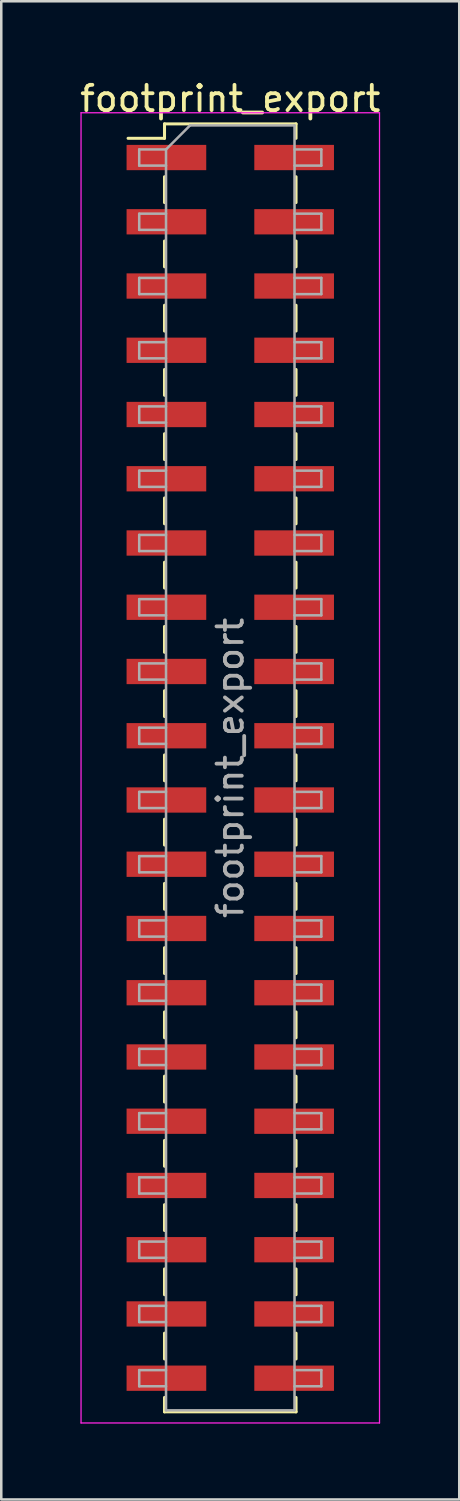
<source format=kicad_pcb>
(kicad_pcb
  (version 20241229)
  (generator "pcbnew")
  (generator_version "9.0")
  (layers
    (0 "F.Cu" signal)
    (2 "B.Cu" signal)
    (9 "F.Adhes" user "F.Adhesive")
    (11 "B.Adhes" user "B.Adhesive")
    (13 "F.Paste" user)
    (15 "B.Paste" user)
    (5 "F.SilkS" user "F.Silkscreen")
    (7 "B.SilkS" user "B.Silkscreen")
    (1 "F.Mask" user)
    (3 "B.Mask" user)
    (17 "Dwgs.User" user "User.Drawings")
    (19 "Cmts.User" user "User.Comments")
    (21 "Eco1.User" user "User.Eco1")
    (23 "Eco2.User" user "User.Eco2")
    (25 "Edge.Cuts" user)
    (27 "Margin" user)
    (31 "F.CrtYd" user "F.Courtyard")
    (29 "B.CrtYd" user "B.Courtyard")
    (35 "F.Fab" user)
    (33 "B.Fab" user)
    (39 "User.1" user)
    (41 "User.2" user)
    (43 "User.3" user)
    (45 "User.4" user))
  (footprint "footprint_export"
    (layer "F.Cu")
    (at 6.054 27.308)
    (property "Reference" "footprint_export" (at 0 -26.46 0) (layer "F.SilkS") (effects (font (size 1 1) (thickness 0.15))))
    (attr smd)
    (fp_line (start -4.04 -24.89) (end -2.6 -24.89) (stroke (width 0.12) (type solid)) (layer "F.SilkS"))
    (fp_line (start -2.6 -25.46) (end -2.6 -24.89) (stroke (width 0.12) (type solid)) (layer "F.SilkS"))
    (fp_line (start -2.6 -25.46) (end 2.6 -25.46) (stroke (width 0.12) (type solid)) (layer "F.SilkS"))
    (fp_line (start -2.6 -23.37) (end -2.6 -22.35) (stroke (width 0.12) (type solid)) (layer "F.SilkS"))
    (fp_line (start -2.6 -20.83) (end -2.6 -19.81) (stroke (width 0.12) (type solid)) (layer "F.SilkS"))
    (fp_line (start -2.6 -18.29) (end -2.6 -17.27) (stroke (width 0.12) (type solid)) (layer "F.SilkS"))
    (fp_line (start -2.6 -15.75) (end -2.6 -14.73) (stroke (width 0.12) (type solid)) (layer "F.SilkS"))
    (fp_line (start -2.6 -13.21) (end -2.6 -12.19) (stroke (width 0.12) (type solid)) (layer "F.SilkS"))
    (fp_line (start -2.6 -10.67) (end -2.6 -9.65) (stroke (width 0.12) (type solid)) (layer "F.SilkS"))
    (fp_line (start -2.6 -8.13) (end -2.6 -7.11) (stroke (width 0.12) (type solid)) (layer "F.SilkS"))
    (fp_line (start -2.6 -5.59) (end -2.6 -4.57) (stroke (width 0.12) (type solid)) (layer "F.SilkS"))
    (fp_line (start -2.6 -3.05) (end -2.6 -2.03) (stroke (width 0.12) (type solid)) (layer "F.SilkS"))
    (fp_line (start -2.6 -0.51) (end -2.6 0.51) (stroke (width 0.12) (type solid)) (layer "F.SilkS"))
    (fp_line (start -2.6 2.03) (end -2.6 3.05) (stroke (width 0.12) (type solid)) (layer "F.SilkS"))
    (fp_line (start -2.6 4.57) (end -2.6 5.59) (stroke (width 0.12) (type solid)) (layer "F.SilkS"))
    (fp_line (start -2.6 7.11) (end -2.6 8.13) (stroke (width 0.12) (type solid)) (layer "F.SilkS"))
    (fp_line (start -2.6 9.65) (end -2.6 10.67) (stroke (width 0.12) (type solid)) (layer "F.SilkS"))
    (fp_line (start -2.6 12.19) (end -2.6 13.21) (stroke (width 0.12) (type solid)) (layer "F.SilkS"))
    (fp_line (start -2.6 14.73) (end -2.6 15.75) (stroke (width 0.12) (type solid)) (layer "F.SilkS"))
    (fp_line (start -2.6 17.27) (end -2.6 18.29) (stroke (width 0.12) (type solid)) (layer "F.SilkS"))
    (fp_line (start -2.6 19.81) (end -2.6 20.83) (stroke (width 0.12) (type solid)) (layer "F.SilkS"))
    (fp_line (start -2.6 22.35) (end -2.6 23.37) (stroke (width 0.12) (type solid)) (layer "F.SilkS"))
    (fp_line (start -2.6 24.89) (end -2.6 25.46) (stroke (width 0.12) (type solid)) (layer "F.SilkS"))
    (fp_line (start -2.6 25.46) (end 2.6 25.46) (stroke (width 0.12) (type solid)) (layer "F.SilkS"))
    (fp_line (start 2.6 -25.46) (end 2.6 -24.89) (stroke (width 0.12) (type solid)) (layer "F.SilkS"))
    (fp_line (start 2.6 -23.37) (end 2.6 -22.35) (stroke (width 0.12) (type solid)) (layer "F.SilkS"))
    (fp_line (start 2.6 -20.83) (end 2.6 -19.81) (stroke (width 0.12) (type solid)) (layer "F.SilkS"))
    (fp_line (start 2.6 -18.29) (end 2.6 -17.27) (stroke (width 0.12) (type solid)) (layer "F.SilkS"))
    (fp_line (start 2.6 -15.75) (end 2.6 -14.73) (stroke (width 0.12) (type solid)) (layer "F.SilkS"))
    (fp_line (start 2.6 -13.21) (end 2.6 -12.19) (stroke (width 0.12) (type solid)) (layer "F.SilkS"))
    (fp_line (start 2.6 -10.67) (end 2.6 -9.65) (stroke (width 0.12) (type solid)) (layer "F.SilkS"))
    (fp_line (start 2.6 -8.13) (end 2.6 -7.11) (stroke (width 0.12) (type solid)) (layer "F.SilkS"))
    (fp_line (start 2.6 -5.59) (end 2.6 -4.57) (stroke (width 0.12) (type solid)) (layer "F.SilkS"))
    (fp_line (start 2.6 -3.05) (end 2.6 -2.03) (stroke (width 0.12) (type solid)) (layer "F.SilkS"))
    (fp_line (start 2.6 -0.51) (end 2.6 0.51) (stroke (width 0.12) (type solid)) (layer "F.SilkS"))
    (fp_line (start 2.6 2.03) (end 2.6 3.05) (stroke (width 0.12) (type solid)) (layer "F.SilkS"))
    (fp_line (start 2.6 4.57) (end 2.6 5.59) (stroke (width 0.12) (type solid)) (layer "F.SilkS"))
    (fp_line (start 2.6 7.11) (end 2.6 8.13) (stroke (width 0.12) (type solid)) (layer "F.SilkS"))
    (fp_line (start 2.6 9.65) (end 2.6 10.67) (stroke (width 0.12) (type solid)) (layer "F.SilkS"))
    (fp_line (start 2.6 12.19) (end 2.6 13.21) (stroke (width 0.12) (type solid)) (layer "F.SilkS"))
    (fp_line (start 2.6 14.73) (end 2.6 15.75) (stroke (width 0.12) (type solid)) (layer "F.SilkS"))
    (fp_line (start 2.6 17.27) (end 2.6 18.29) (stroke (width 0.12) (type solid)) (layer "F.SilkS"))
    (fp_line (start 2.6 19.81) (end 2.6 20.83) (stroke (width 0.12) (type solid)) (layer "F.SilkS"))
    (fp_line (start 2.6 22.35) (end 2.6 23.37) (stroke (width 0.12) (type solid)) (layer "F.SilkS"))
    (fp_line (start 2.6 24.89) (end 2.6 25.46) (stroke (width 0.12) (type solid)) (layer "F.SilkS"))
    (fp_line (start -5.9 -25.9) (end -5.9 25.9) (stroke (width 0.05) (type solid)) (layer "F.CrtYd"))
    (fp_line (start -5.9 25.9) (end 5.9 25.9) (stroke (width 0.05) (type solid)) (layer "F.CrtYd"))
    (fp_line (start 5.9 -25.9) (end -5.9 -25.9) (stroke (width 0.05) (type solid)) (layer "F.CrtYd"))
    (fp_line (start 5.9 25.9) (end 5.9 -25.9) (stroke (width 0.05) (type solid)) (layer "F.CrtYd"))
    (fp_line (start -3.6 -24.45) (end -3.6 -23.81) (stroke (width 0.1) (type solid)) (layer "F.Fab"))
    (fp_line (start -3.6 -23.81) (end -2.54 -23.81) (stroke (width 0.1) (type solid)) (layer "F.Fab"))
    (fp_line (start -3.6 -21.91) (end -3.6 -21.27) (stroke (width 0.1) (type solid)) (layer "F.Fab"))
    (fp_line (start -3.6 -21.27) (end -2.54 -21.27) (stroke (width 0.1) (type solid)) (layer "F.Fab"))
    (fp_line (start -3.6 -19.37) (end -3.6 -18.73) (stroke (width 0.1) (type solid)) (layer "F.Fab"))
    (fp_line (start -3.6 -18.73) (end -2.54 -18.73) (stroke (width 0.1) (type solid)) (layer "F.Fab"))
    (fp_line (start -3.6 -16.83) (end -3.6 -16.19) (stroke (width 0.1) (type solid)) (layer "F.Fab"))
    (fp_line (start -3.6 -16.19) (end -2.54 -16.19) (stroke (width 0.1) (type solid)) (layer "F.Fab"))
    (fp_line (start -3.6 -14.29) (end -3.6 -13.65) (stroke (width 0.1) (type solid)) (layer "F.Fab"))
    (fp_line (start -3.6 -13.65) (end -2.54 -13.65) (stroke (width 0.1) (type solid)) (layer "F.Fab"))
    (fp_line (start -3.6 -11.75) (end -3.6 -11.11) (stroke (width 0.1) (type solid)) (layer "F.Fab"))
    (fp_line (start -3.6 -11.11) (end -2.54 -11.11) (stroke (width 0.1) (type solid)) (layer "F.Fab"))
    (fp_line (start -3.6 -9.21) (end -3.6 -8.57) (stroke (width 0.1) (type solid)) (layer "F.Fab"))
    (fp_line (start -3.6 -8.57) (end -2.54 -8.57) (stroke (width 0.1) (type solid)) (layer "F.Fab"))
    (fp_line (start -3.6 -6.67) (end -3.6 -6.03) (stroke (width 0.1) (type solid)) (layer "F.Fab"))
    (fp_line (start -3.6 -6.03) (end -2.54 -6.03) (stroke (width 0.1) (type solid)) (layer "F.Fab"))
    (fp_line (start -3.6 -4.13) (end -3.6 -3.49) (stroke (width 0.1) (type solid)) (layer "F.Fab"))
    (fp_line (start -3.6 -3.49) (end -2.54 -3.49) (stroke (width 0.1) (type solid)) (layer "F.Fab"))
    (fp_line (start -3.6 -1.59) (end -3.6 -0.95) (stroke (width 0.1) (type solid)) (layer "F.Fab"))
    (fp_line (start -3.6 -0.95) (end -2.54 -0.95) (stroke (width 0.1) (type solid)) (layer "F.Fab"))
    (fp_line (start -3.6 0.95) (end -3.6 1.59) (stroke (width 0.1) (type solid)) (layer "F.Fab"))
    (fp_line (start -3.6 1.59) (end -2.54 1.59) (stroke (width 0.1) (type solid)) (layer "F.Fab"))
    (fp_line (start -3.6 3.49) (end -3.6 4.13) (stroke (width 0.1) (type solid)) (layer "F.Fab"))
    (fp_line (start -3.6 4.13) (end -2.54 4.13) (stroke (width 0.1) (type solid)) (layer "F.Fab"))
    (fp_line (start -3.6 6.03) (end -3.6 6.67) (stroke (width 0.1) (type solid)) (layer "F.Fab"))
    (fp_line (start -3.6 6.67) (end -2.54 6.67) (stroke (width 0.1) (type solid)) (layer "F.Fab"))
    (fp_line (start -3.6 8.57) (end -3.6 9.21) (stroke (width 0.1) (type solid)) (layer "F.Fab"))
    (fp_line (start -3.6 9.21) (end -2.54 9.21) (stroke (width 0.1) (type solid)) (layer "F.Fab"))
    (fp_line (start -3.6 11.11) (end -3.6 11.75) (stroke (width 0.1) (type solid)) (layer "F.Fab"))
    (fp_line (start -3.6 11.75) (end -2.54 11.75) (stroke (width 0.1) (type solid)) (layer "F.Fab"))
    (fp_line (start -3.6 13.65) (end -3.6 14.29) (stroke (width 0.1) (type solid)) (layer "F.Fab"))
    (fp_line (start -3.6 14.29) (end -2.54 14.29) (stroke (width 0.1) (type solid)) (layer "F.Fab"))
    (fp_line (start -3.6 16.19) (end -3.6 16.83) (stroke (width 0.1) (type solid)) (layer "F.Fab"))
    (fp_line (start -3.6 16.83) (end -2.54 16.83) (stroke (width 0.1) (type solid)) (layer "F.Fab"))
    (fp_line (start -3.6 18.73) (end -3.6 19.37) (stroke (width 0.1) (type solid)) (layer "F.Fab"))
    (fp_line (start -3.6 19.37) (end -2.54 19.37) (stroke (width 0.1) (type solid)) (layer "F.Fab"))
    (fp_line (start -3.6 21.27) (end -3.6 21.91) (stroke (width 0.1) (type solid)) (layer "F.Fab"))
    (fp_line (start -3.6 21.91) (end -2.54 21.91) (stroke (width 0.1) (type solid)) (layer "F.Fab"))
    (fp_line (start -3.6 23.81) (end -3.6 24.45) (stroke (width 0.1) (type solid)) (layer "F.Fab"))
    (fp_line (start -3.6 24.45) (end -2.54 24.45) (stroke (width 0.1) (type solid)) (layer "F.Fab"))
    (fp_line (start -2.54 -24.45) (end -3.6 -24.45) (stroke (width 0.1) (type solid)) (layer "F.Fab"))
    (fp_line (start -2.54 -24.45) (end -1.59 -25.4) (stroke (width 0.1) (type solid)) (layer "F.Fab"))
    (fp_line (start -2.54 -21.91) (end -3.6 -21.91) (stroke (width 0.1) (type solid)) (layer "F.Fab"))
    (fp_line (start -2.54 -19.37) (end -3.6 -19.37) (stroke (width 0.1) (type solid)) (layer "F.Fab"))
    (fp_line (start -2.54 -16.83) (end -3.6 -16.83) (stroke (width 0.1) (type solid)) (layer "F.Fab"))
    (fp_line (start -2.54 -14.29) (end -3.6 -14.29) (stroke (width 0.1) (type solid)) (layer "F.Fab"))
    (fp_line (start -2.54 -11.75) (end -3.6 -11.75) (stroke (width 0.1) (type solid)) (layer "F.Fab"))
    (fp_line (start -2.54 -9.21) (end -3.6 -9.21) (stroke (width 0.1) (type solid)) (layer "F.Fab"))
    (fp_line (start -2.54 -6.67) (end -3.6 -6.67) (stroke (width 0.1) (type solid)) (layer "F.Fab"))
    (fp_line (start -2.54 -4.13) (end -3.6 -4.13) (stroke (width 0.1) (type solid)) (layer "F.Fab"))
    (fp_line (start -2.54 -1.59) (end -3.6 -1.59) (stroke (width 0.1) (type solid)) (layer "F.Fab"))
    (fp_line (start -2.54 0.95) (end -3.6 0.95) (stroke (width 0.1) (type solid)) (layer "F.Fab"))
    (fp_line (start -2.54 3.49) (end -3.6 3.49) (stroke (width 0.1) (type solid)) (layer "F.Fab"))
    (fp_line (start -2.54 6.03) (end -3.6 6.03) (stroke (width 0.1) (type solid)) (layer "F.Fab"))
    (fp_line (start -2.54 8.57) (end -3.6 8.57) (stroke (width 0.1) (type solid)) (layer "F.Fab"))
    (fp_line (start -2.54 11.11) (end -3.6 11.11) (stroke (width 0.1) (type solid)) (layer "F.Fab"))
    (fp_line (start -2.54 13.65) (end -3.6 13.65) (stroke (width 0.1) (type solid)) (layer "F.Fab"))
    (fp_line (start -2.54 16.19) (end -3.6 16.19) (stroke (width 0.1) (type solid)) (layer "F.Fab"))
    (fp_line (start -2.54 18.73) (end -3.6 18.73) (stroke (width 0.1) (type solid)) (layer "F.Fab"))
    (fp_line (start -2.54 21.27) (end -3.6 21.27) (stroke (width 0.1) (type solid)) (layer "F.Fab"))
    (fp_line (start -2.54 23.81) (end -3.6 23.81) (stroke (width 0.1) (type solid)) (layer "F.Fab"))
    (fp_line (start -2.54 25.4) (end -2.54 -24.45) (stroke (width 0.1) (type solid)) (layer "F.Fab"))
    (fp_line (start -1.59 -25.4) (end 2.54 -25.4) (stroke (width 0.1) (type solid)) (layer "F.Fab"))
    (fp_line (start 2.54 -25.4) (end 2.54 25.4) (stroke (width 0.1) (type solid)) (layer "F.Fab"))
    (fp_line (start 2.54 -24.45) (end 3.6 -24.45) (stroke (width 0.1) (type solid)) (layer "F.Fab"))
    (fp_line (start 2.54 -21.91) (end 3.6 -21.91) (stroke (width 0.1) (type solid)) (layer "F.Fab"))
    (fp_line (start 2.54 -19.37) (end 3.6 -19.37) (stroke (width 0.1) (type solid)) (layer "F.Fab"))
    (fp_line (start 2.54 -16.83) (end 3.6 -16.83) (stroke (width 0.1) (type solid)) (layer "F.Fab"))
    (fp_line (start 2.54 -14.29) (end 3.6 -14.29) (stroke (width 0.1) (type solid)) (layer "F.Fab"))
    (fp_line (start 2.54 -11.75) (end 3.6 -11.75) (stroke (width 0.1) (type solid)) (layer "F.Fab"))
    (fp_line (start 2.54 -9.21) (end 3.6 -9.21) (stroke (width 0.1) (type solid)) (layer "F.Fab"))
    (fp_line (start 2.54 -6.67) (end 3.6 -6.67) (stroke (width 0.1) (type solid)) (layer "F.Fab"))
    (fp_line (start 2.54 -4.13) (end 3.6 -4.13) (stroke (width 0.1) (type solid)) (layer "F.Fab"))
    (fp_line (start 2.54 -1.59) (end 3.6 -1.59) (stroke (width 0.1) (type solid)) (layer "F.Fab"))
    (fp_line (start 2.54 0.95) (end 3.6 0.95) (stroke (width 0.1) (type solid)) (layer "F.Fab"))
    (fp_line (start 2.54 3.49) (end 3.6 3.49) (stroke (width 0.1) (type solid)) (layer "F.Fab"))
    (fp_line (start 2.54 6.03) (end 3.6 6.03) (stroke (width 0.1) (type solid)) (layer "F.Fab"))
    (fp_line (start 2.54 8.57) (end 3.6 8.57) (stroke (width 0.1) (type solid)) (layer "F.Fab"))
    (fp_line (start 2.54 11.11) (end 3.6 11.11) (stroke (width 0.1) (type solid)) (layer "F.Fab"))
    (fp_line (start 2.54 13.65) (end 3.6 13.65) (stroke (width 0.1) (type solid)) (layer "F.Fab"))
    (fp_line (start 2.54 16.19) (end 3.6 16.19) (stroke (width 0.1) (type solid)) (layer "F.Fab"))
    (fp_line (start 2.54 18.73) (end 3.6 18.73) (stroke (width 0.1) (type solid)) (layer "F.Fab"))
    (fp_line (start 2.54 21.27) (end 3.6 21.27) (stroke (width 0.1) (type solid)) (layer "F.Fab"))
    (fp_line (start 2.54 23.81) (end 3.6 23.81) (stroke (width 0.1) (type solid)) (layer "F.Fab"))
    (fp_line (start 2.54 25.4) (end -2.54 25.4) (stroke (width 0.1) (type solid)) (layer "F.Fab"))
    (fp_line (start 3.6 -24.45) (end 3.6 -23.81) (stroke (width 0.1) (type solid)) (layer "F.Fab"))
    (fp_line (start 3.6 -23.81) (end 2.54 -23.81) (stroke (width 0.1) (type solid)) (layer "F.Fab"))
    (fp_line (start 3.6 -21.91) (end 3.6 -21.27) (stroke (width 0.1) (type solid)) (layer "F.Fab"))
    (fp_line (start 3.6 -21.27) (end 2.54 -21.27) (stroke (width 0.1) (type solid)) (layer "F.Fab"))
    (fp_line (start 3.6 -19.37) (end 3.6 -18.73) (stroke (width 0.1) (type solid)) (layer "F.Fab"))
    (fp_line (start 3.6 -18.73) (end 2.54 -18.73) (stroke (width 0.1) (type solid)) (layer "F.Fab"))
    (fp_line (start 3.6 -16.83) (end 3.6 -16.19) (stroke (width 0.1) (type solid)) (layer "F.Fab"))
    (fp_line (start 3.6 -16.19) (end 2.54 -16.19) (stroke (width 0.1) (type solid)) (layer "F.Fab"))
    (fp_line (start 3.6 -14.29) (end 3.6 -13.65) (stroke (width 0.1) (type solid)) (layer "F.Fab"))
    (fp_line (start 3.6 -13.65) (end 2.54 -13.65) (stroke (width 0.1) (type solid)) (layer "F.Fab"))
    (fp_line (start 3.6 -11.75) (end 3.6 -11.11) (stroke (width 0.1) (type solid)) (layer "F.Fab"))
    (fp_line (start 3.6 -11.11) (end 2.54 -11.11) (stroke (width 0.1) (type solid)) (layer "F.Fab"))
    (fp_line (start 3.6 -9.21) (end 3.6 -8.57) (stroke (width 0.1) (type solid)) (layer "F.Fab"))
    (fp_line (start 3.6 -8.57) (end 2.54 -8.57) (stroke (width 0.1) (type solid)) (layer "F.Fab"))
    (fp_line (start 3.6 -6.67) (end 3.6 -6.03) (stroke (width 0.1) (type solid)) (layer "F.Fab"))
    (fp_line (start 3.6 -6.03) (end 2.54 -6.03) (stroke (width 0.1) (type solid)) (layer "F.Fab"))
    (fp_line (start 3.6 -4.13) (end 3.6 -3.49) (stroke (width 0.1) (type solid)) (layer "F.Fab"))
    (fp_line (start 3.6 -3.49) (end 2.54 -3.49) (stroke (width 0.1) (type solid)) (layer "F.Fab"))
    (fp_line (start 3.6 -1.59) (end 3.6 -0.95) (stroke (width 0.1) (type solid)) (layer "F.Fab"))
    (fp_line (start 3.6 -0.95) (end 2.54 -0.95) (stroke (width 0.1) (type solid)) (layer "F.Fab"))
    (fp_line (start 3.6 0.95) (end 3.6 1.59) (stroke (width 0.1) (type solid)) (layer "F.Fab"))
    (fp_line (start 3.6 1.59) (end 2.54 1.59) (stroke (width 0.1) (type solid)) (layer "F.Fab"))
    (fp_line (start 3.6 3.49) (end 3.6 4.13) (stroke (width 0.1) (type solid)) (layer "F.Fab"))
    (fp_line (start 3.6 4.13) (end 2.54 4.13) (stroke (width 0.1) (type solid)) (layer "F.Fab"))
    (fp_line (start 3.6 6.03) (end 3.6 6.67) (stroke (width 0.1) (type solid)) (layer "F.Fab"))
    (fp_line (start 3.6 6.67) (end 2.54 6.67) (stroke (width 0.1) (type solid)) (layer "F.Fab"))
    (fp_line (start 3.6 8.57) (end 3.6 9.21) (stroke (width 0.1) (type solid)) (layer "F.Fab"))
    (fp_line (start 3.6 9.21) (end 2.54 9.21) (stroke (width 0.1) (type solid)) (layer "F.Fab"))
    (fp_line (start 3.6 11.11) (end 3.6 11.75) (stroke (width 0.1) (type solid)) (layer "F.Fab"))
    (fp_line (start 3.6 11.75) (end 2.54 11.75) (stroke (width 0.1) (type solid)) (layer "F.Fab"))
    (fp_line (start 3.6 13.65) (end 3.6 14.29) (stroke (width 0.1) (type solid)) (layer "F.Fab"))
    (fp_line (start 3.6 14.29) (end 2.54 14.29) (stroke (width 0.1) (type solid)) (layer "F.Fab"))
    (fp_line (start 3.6 16.19) (end 3.6 16.83) (stroke (width 0.1) (type solid)) (layer "F.Fab"))
    (fp_line (start 3.6 16.83) (end 2.54 16.83) (stroke (width 0.1) (type solid)) (layer "F.Fab"))
    (fp_line (start 3.6 18.73) (end 3.6 19.37) (stroke (width 0.1) (type solid)) (layer "F.Fab"))
    (fp_line (start 3.6 19.37) (end 2.54 19.37) (stroke (width 0.1) (type solid)) (layer "F.Fab"))
    (fp_line (start 3.6 21.27) (end 3.6 21.91) (stroke (width 0.1) (type solid)) (layer "F.Fab"))
    (fp_line (start 3.6 21.91) (end 2.54 21.91) (stroke (width 0.1) (type solid)) (layer "F.Fab"))
    (fp_line (start 3.6 23.81) (end 3.6 24.45) (stroke (width 0.1) (type solid)) (layer "F.Fab"))
    (fp_line (start 3.6 24.45) (end 2.54 24.45) (stroke (width 0.1) (type solid)) (layer "F.Fab"))
    (fp_text user "${REFERENCE}" (at 0 0 90) (layer "F.Fab") (effects (font (size 1 1) (thickness 0.15))))
    (pad "1" smd rect (at -2.525 -24.13) (size 3.15 1) (layers "F.Cu" "F.Mask" "F.Paste"))
    (pad "2" smd rect (at 2.525 -24.13) (size 3.15 1) (layers "F.Cu" "F.Mask" "F.Paste"))
    (pad "3" smd rect (at -2.525 -21.59) (size 3.15 1) (layers "F.Cu" "F.Mask" "F.Paste"))
    (pad "4" smd rect (at 2.525 -21.59) (size 3.15 1) (layers "F.Cu" "F.Mask" "F.Paste"))
    (pad "5" smd rect (at -2.525 -19.05) (size 3.15 1) (layers "F.Cu" "F.Mask" "F.Paste"))
    (pad "6" smd rect (at 2.525 -19.05) (size 3.15 1) (layers "F.Cu" "F.Mask" "F.Paste"))
    (pad "7" smd rect (at -2.525 -16.51) (size 3.15 1) (layers "F.Cu" "F.Mask" "F.Paste"))
    (pad "8" smd rect (at 2.525 -16.51) (size 3.15 1) (layers "F.Cu" "F.Mask" "F.Paste"))
    (pad "9" smd rect (at -2.525 -13.97) (size 3.15 1) (layers "F.Cu" "F.Mask" "F.Paste"))
    (pad "10" smd rect (at 2.525 -13.97) (size 3.15 1) (layers "F.Cu" "F.Mask" "F.Paste"))
    (pad "11" smd rect (at -2.525 -11.43) (size 3.15 1) (layers "F.Cu" "F.Mask" "F.Paste"))
    (pad "12" smd rect (at 2.525 -11.43) (size 3.15 1) (layers "F.Cu" "F.Mask" "F.Paste"))
    (pad "13" smd rect (at -2.525 -8.89) (size 3.15 1) (layers "F.Cu" "F.Mask" "F.Paste"))
    (pad "14" smd rect (at 2.525 -8.89) (size 3.15 1) (layers "F.Cu" "F.Mask" "F.Paste"))
    (pad "15" smd rect (at -2.525 -6.35) (size 3.15 1) (layers "F.Cu" "F.Mask" "F.Paste"))
    (pad "16" smd rect (at 2.525 -6.35) (size 3.15 1) (layers "F.Cu" "F.Mask" "F.Paste"))
    (pad "17" smd rect (at -2.525 -3.81) (size 3.15 1) (layers "F.Cu" "F.Mask" "F.Paste"))
    (pad "18" smd rect (at 2.525 -3.81) (size 3.15 1) (layers "F.Cu" "F.Mask" "F.Paste"))
    (pad "19" smd rect (at -2.525 -1.27) (size 3.15 1) (layers "F.Cu" "F.Mask" "F.Paste"))
    (pad "20" smd rect (at 2.525 -1.27) (size 3.15 1) (layers "F.Cu" "F.Mask" "F.Paste"))
    (pad "21" smd rect (at -2.525 1.27) (size 3.15 1) (layers "F.Cu" "F.Mask" "F.Paste"))
    (pad "22" smd rect (at 2.525 1.27) (size 3.15 1) (layers "F.Cu" "F.Mask" "F.Paste"))
    (pad "23" smd rect (at -2.525 3.81) (size 3.15 1) (layers "F.Cu" "F.Mask" "F.Paste"))
    (pad "24" smd rect (at 2.525 3.81) (size 3.15 1) (layers "F.Cu" "F.Mask" "F.Paste"))
    (pad "25" smd rect (at -2.525 6.35) (size 3.15 1) (layers "F.Cu" "F.Mask" "F.Paste"))
    (pad "26" smd rect (at 2.525 6.35) (size 3.15 1) (layers "F.Cu" "F.Mask" "F.Paste"))
    (pad "27" smd rect (at -2.525 8.89) (size 3.15 1) (layers "F.Cu" "F.Mask" "F.Paste"))
    (pad "28" smd rect (at 2.525 8.89) (size 3.15 1) (layers "F.Cu" "F.Mask" "F.Paste"))
    (pad "29" smd rect (at -2.525 11.43) (size 3.15 1) (layers "F.Cu" "F.Mask" "F.Paste"))
    (pad "30" smd rect (at 2.525 11.43) (size 3.15 1) (layers "F.Cu" "F.Mask" "F.Paste"))
    (pad "31" smd rect (at -2.525 13.97) (size 3.15 1) (layers "F.Cu" "F.Mask" "F.Paste"))
    (pad "32" smd rect (at 2.525 13.97) (size 3.15 1) (layers "F.Cu" "F.Mask" "F.Paste"))
    (pad "33" smd rect (at -2.525 16.51) (size 3.15 1) (layers "F.Cu" "F.Mask" "F.Paste"))
    (pad "34" smd rect (at 2.525 16.51) (size 3.15 1) (layers "F.Cu" "F.Mask" "F.Paste"))
    (pad "35" smd rect (at -2.525 19.05) (size 3.15 1) (layers "F.Cu" "F.Mask" "F.Paste"))
    (pad "36" smd rect (at 2.525 19.05) (size 3.15 1) (layers "F.Cu" "F.Mask" "F.Paste"))
    (pad "37" smd rect (at -2.525 21.59) (size 3.15 1) (layers "F.Cu" "F.Mask" "F.Paste"))
    (pad "38" smd rect (at 2.525 21.59) (size 3.15 1) (layers "F.Cu" "F.Mask" "F.Paste"))
    (pad "39" smd rect (at -2.525 24.13) (size 3.15 1) (layers "F.Cu" "F.Mask" "F.Paste"))
    (pad "40" smd rect (at 2.525 24.13) (size 3.15 1) (layers "F.Cu" "F.Mask" "F.Paste")))
  (gr_rect
    (start -3 -3)
    (end 15.107 56.233)
    (stroke (width 0.1) (type default))
    (fill no)
    (layer "Edge.Cuts")))
</source>
